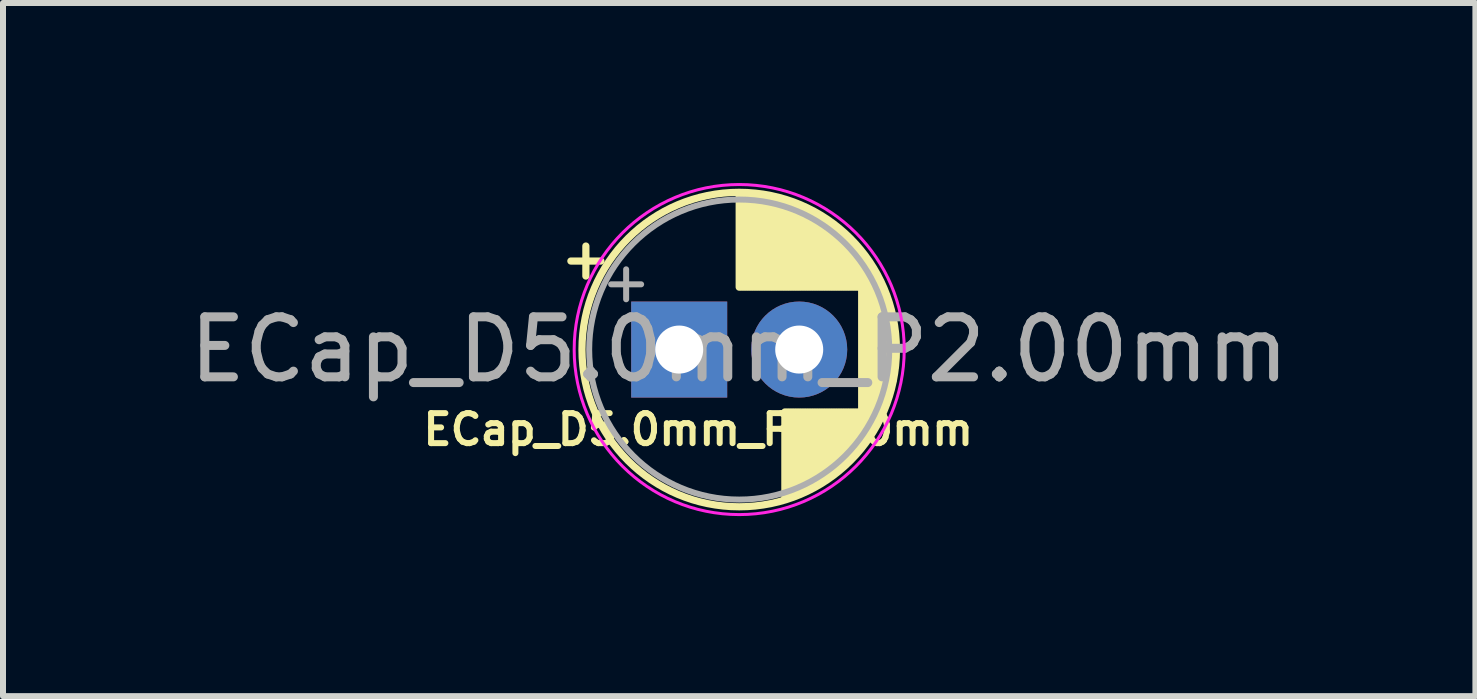
<source format=kicad_pcb>
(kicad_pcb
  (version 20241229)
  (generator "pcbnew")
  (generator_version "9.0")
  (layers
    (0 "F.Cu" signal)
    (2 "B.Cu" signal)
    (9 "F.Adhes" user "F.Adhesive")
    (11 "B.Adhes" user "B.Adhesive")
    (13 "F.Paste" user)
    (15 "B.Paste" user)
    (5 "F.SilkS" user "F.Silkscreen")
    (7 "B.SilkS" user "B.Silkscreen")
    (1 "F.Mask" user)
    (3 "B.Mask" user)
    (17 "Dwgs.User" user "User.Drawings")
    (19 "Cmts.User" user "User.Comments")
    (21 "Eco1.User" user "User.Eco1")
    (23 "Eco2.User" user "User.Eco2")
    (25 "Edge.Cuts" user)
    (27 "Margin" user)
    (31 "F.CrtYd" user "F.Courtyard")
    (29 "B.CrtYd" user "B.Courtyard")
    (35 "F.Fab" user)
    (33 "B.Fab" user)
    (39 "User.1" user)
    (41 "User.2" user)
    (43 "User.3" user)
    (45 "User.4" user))
  (footprint "ECap_D5.0mm_P2.00mm"
    (layer "F.Cu")
    (at 8.268 2.775)
    (property "Reference" "ECap_D5.0mm_P2.00mm" (at 0.318 1.333 0) (layer "F.SilkS") (effects (font (size 0.5 0.5) (thickness 0.1))))
    (attr through_hole)
    (fp_line (start -1.805 -1.475) (end -1.305 -1.475) (stroke (width 0.12) (type solid)) (layer "F.SilkS"))
    (fp_line (start -1.555 -1.725) (end -1.555 -1.225) (stroke (width 0.12) (type solid)) (layer "F.SilkS"))
    (fp_line (start 1 -2.58) (end 1 -1.04) (stroke (width 0.12) (type solid)) (layer "F.SilkS"))
    (fp_line (start 1.04 -2.58) (end 1.04 -1.04) (stroke (width 0.12) (type solid)) (layer "F.SilkS"))
    (fp_line (start 1.08 -2.579) (end 1.08 -1.04) (stroke (width 0.12) (type solid)) (layer "F.SilkS"))
    (fp_line (start 1.12 -2.578) (end 1.12 -1.04) (stroke (width 0.12) (type solid)) (layer "F.SilkS"))
    (fp_line (start 1.16 -2.576) (end 1.16 -1.04) (stroke (width 0.12) (type solid)) (layer "F.SilkS"))
    (fp_line (start 1.2 -2.573) (end 1.2 -1.04) (stroke (width 0.12) (type solid)) (layer "F.SilkS"))
    (fp_line (start 1.24 -2.569) (end 1.24 -1.04) (stroke (width 0.12) (type solid)) (layer "F.SilkS"))
    (fp_line (start 1.28 -2.565) (end 1.28 -1.04) (stroke (width 0.12) (type solid)) (layer "F.SilkS"))
    (fp_line (start 1.32 -2.561) (end 1.32 -1.04) (stroke (width 0.12) (type solid)) (layer "F.SilkS"))
    (fp_line (start 1.36 -2.556) (end 1.36 -1.04) (stroke (width 0.12) (type solid)) (layer "F.SilkS"))
    (fp_line (start 1.4 -2.55) (end 1.4 -1.04) (stroke (width 0.12) (type solid)) (layer "F.SilkS"))
    (fp_line (start 1.44 -2.543) (end 1.44 -1.04) (stroke (width 0.12) (type solid)) (layer "F.SilkS"))
    (fp_line (start 1.48 -2.536) (end 1.48 -1.04) (stroke (width 0.12) (type solid)) (layer "F.SilkS"))
    (fp_line (start 1.52 -2.528) (end 1.52 -1.04) (stroke (width 0.12) (type solid)) (layer "F.SilkS"))
    (fp_line (start 1.56 -2.52) (end 1.56 -1.04) (stroke (width 0.12) (type solid)) (layer "F.SilkS"))
    (fp_line (start 1.6 -2.511) (end 1.6 -1.04) (stroke (width 0.12) (type solid)) (layer "F.SilkS"))
    (fp_line (start 1.64 -2.501) (end 1.64 -1.04) (stroke (width 0.12) (type solid)) (layer "F.SilkS"))
    (fp_line (start 1.68 -2.491) (end 1.68 -1.04) (stroke (width 0.12) (type solid)) (layer "F.SilkS"))
    (fp_line (start 1.721 -2.48) (end 1.721 -1.04) (stroke (width 0.12) (type solid)) (layer "F.SilkS"))
    (fp_line (start 1.761 -2.468) (end 1.761 -1.04) (stroke (width 0.12) (type solid)) (layer "F.SilkS"))
    (fp_line (start 1.761 1.04) (end 1.761 2.468) (stroke (width 0.12) (type solid)) (layer "F.SilkS"))
    (fp_line (start 1.801 -2.455) (end 1.801 -1.04) (stroke (width 0.12) (type solid)) (layer "F.SilkS"))
    (fp_line (start 1.801 1.04) (end 1.801 2.455) (stroke (width 0.12) (type solid)) (layer "F.SilkS"))
    (fp_line (start 1.841 -2.442) (end 1.841 -1.04) (stroke (width 0.12) (type solid)) (layer "F.SilkS"))
    (fp_line (start 1.841 1.04) (end 1.841 2.442) (stroke (width 0.12) (type solid)) (layer "F.SilkS"))
    (fp_line (start 1.881 -2.428) (end 1.881 -1.04) (stroke (width 0.12) (type solid)) (layer "F.SilkS"))
    (fp_line (start 1.881 1.04) (end 1.881 2.428) (stroke (width 0.12) (type solid)) (layer "F.SilkS"))
    (fp_line (start 1.921 -2.414) (end 1.921 -1.04) (stroke (width 0.12) (type solid)) (layer "F.SilkS"))
    (fp_line (start 1.921 1.04) (end 1.921 2.414) (stroke (width 0.12) (type solid)) (layer "F.SilkS"))
    (fp_line (start 1.961 -2.398) (end 1.961 -1.04) (stroke (width 0.12) (type solid)) (layer "F.SilkS"))
    (fp_line (start 1.961 1.04) (end 1.961 2.398) (stroke (width 0.12) (type solid)) (layer "F.SilkS"))
    (fp_line (start 2.001 -2.382) (end 2.001 -1.04) (stroke (width 0.12) (type solid)) (layer "F.SilkS"))
    (fp_line (start 2.001 1.04) (end 2.001 2.382) (stroke (width 0.12) (type solid)) (layer "F.SilkS"))
    (fp_line (start 2.041 -2.365) (end 2.041 -1.04) (stroke (width 0.12) (type solid)) (layer "F.SilkS"))
    (fp_line (start 2.041 1.04) (end 2.041 2.365) (stroke (width 0.12) (type solid)) (layer "F.SilkS"))
    (fp_line (start 2.081 -2.348) (end 2.081 -1.04) (stroke (width 0.12) (type solid)) (layer "F.SilkS"))
    (fp_line (start 2.081 1.04) (end 2.081 2.348) (stroke (width 0.12) (type solid)) (layer "F.SilkS"))
    (fp_line (start 2.121 -2.329) (end 2.121 -1.04) (stroke (width 0.12) (type solid)) (layer "F.SilkS"))
    (fp_line (start 2.121 1.04) (end 2.121 2.329) (stroke (width 0.12) (type solid)) (layer "F.SilkS"))
    (fp_line (start 2.161 -2.31) (end 2.161 -1.04) (stroke (width 0.12) (type solid)) (layer "F.SilkS"))
    (fp_line (start 2.161 1.04) (end 2.161 2.31) (stroke (width 0.12) (type solid)) (layer "F.SilkS"))
    (fp_line (start 2.201 -2.29) (end 2.201 -1.04) (stroke (width 0.12) (type solid)) (layer "F.SilkS"))
    (fp_line (start 2.201 1.04) (end 2.201 2.29) (stroke (width 0.12) (type solid)) (layer "F.SilkS"))
    (fp_line (start 2.241 -2.268) (end 2.241 -1.04) (stroke (width 0.12) (type solid)) (layer "F.SilkS"))
    (fp_line (start 2.241 1.04) (end 2.241 2.268) (stroke (width 0.12) (type solid)) (layer "F.SilkS"))
    (fp_line (start 2.281 -2.247) (end 2.281 -1.04) (stroke (width 0.12) (type solid)) (layer "F.SilkS"))
    (fp_line (start 2.281 1.04) (end 2.281 2.247) (stroke (width 0.12) (type solid)) (layer "F.SilkS"))
    (fp_line (start 2.321 -2.224) (end 2.321 -1.04) (stroke (width 0.12) (type solid)) (layer "F.SilkS"))
    (fp_line (start 2.321 1.04) (end 2.321 2.224) (stroke (width 0.12) (type solid)) (layer "F.SilkS"))
    (fp_line (start 2.361 -2.2) (end 2.361 -1.04) (stroke (width 0.12) (type solid)) (layer "F.SilkS"))
    (fp_line (start 2.361 1.04) (end 2.361 2.2) (stroke (width 0.12) (type solid)) (layer "F.SilkS"))
    (fp_line (start 2.401 -2.175) (end 2.401 -1.04) (stroke (width 0.12) (type solid)) (layer "F.SilkS"))
    (fp_line (start 2.401 1.04) (end 2.401 2.175) (stroke (width 0.12) (type solid)) (layer "F.SilkS"))
    (fp_line (start 2.441 -2.149) (end 2.441 -1.04) (stroke (width 0.12) (type solid)) (layer "F.SilkS"))
    (fp_line (start 2.441 1.04) (end 2.441 2.149) (stroke (width 0.12) (type solid)) (layer "F.SilkS"))
    (fp_line (start 2.481 -2.122) (end 2.481 -1.04) (stroke (width 0.12) (type solid)) (layer "F.SilkS"))
    (fp_line (start 2.481 1.04) (end 2.481 2.122) (stroke (width 0.12) (type solid)) (layer "F.SilkS"))
    (fp_line (start 2.521 -2.095) (end 2.521 -1.04) (stroke (width 0.12) (type solid)) (layer "F.SilkS"))
    (fp_line (start 2.521 1.04) (end 2.521 2.095) (stroke (width 0.12) (type solid)) (layer "F.SilkS"))
    (fp_line (start 2.561 -2.065) (end 2.561 -1.04) (stroke (width 0.12) (type solid)) (layer "F.SilkS"))
    (fp_line (start 2.561 1.04) (end 2.561 2.065) (stroke (width 0.12) (type solid)) (layer "F.SilkS"))
    (fp_line (start 2.601 -2.035) (end 2.601 -1.04) (stroke (width 0.12) (type solid)) (layer "F.SilkS"))
    (fp_line (start 2.601 1.04) (end 2.601 2.035) (stroke (width 0.12) (type solid)) (layer "F.SilkS"))
    (fp_line (start 2.641 -2.004) (end 2.641 -1.04) (stroke (width 0.12) (type solid)) (layer "F.SilkS"))
    (fp_line (start 2.641 1.04) (end 2.641 2.004) (stroke (width 0.12) (type solid)) (layer "F.SilkS"))
    (fp_line (start 2.681 -1.971) (end 2.681 -1.04) (stroke (width 0.12) (type solid)) (layer "F.SilkS"))
    (fp_line (start 2.681 1.04) (end 2.681 1.971) (stroke (width 0.12) (type solid)) (layer "F.SilkS"))
    (fp_line (start 2.721 -1.937) (end 2.721 -1.04) (stroke (width 0.12) (type solid)) (layer "F.SilkS"))
    (fp_line (start 2.721 1.04) (end 2.721 1.937) (stroke (width 0.12) (type solid)) (layer "F.SilkS"))
    (fp_line (start 2.761 -1.901) (end 2.761 -1.04) (stroke (width 0.12) (type solid)) (layer "F.SilkS"))
    (fp_line (start 2.761 1.04) (end 2.761 1.901) (stroke (width 0.12) (type solid)) (layer "F.SilkS"))
    (fp_line (start 2.801 -1.864) (end 2.801 -1.04) (stroke (width 0.12) (type solid)) (layer "F.SilkS"))
    (fp_line (start 2.801 1.04) (end 2.801 1.864) (stroke (width 0.12) (type solid)) (layer "F.SilkS"))
    (fp_line (start 2.841 -1.826) (end 2.841 -1.04) (stroke (width 0.12) (type solid)) (layer "F.SilkS"))
    (fp_line (start 2.841 1.04) (end 2.841 1.826) (stroke (width 0.12) (type solid)) (layer "F.SilkS"))
    (fp_line (start 2.881 -1.785) (end 2.881 -1.04) (stroke (width 0.12) (type solid)) (layer "F.SilkS"))
    (fp_line (start 2.881 1.04) (end 2.881 1.785) (stroke (width 0.12) (type solid)) (layer "F.SilkS"))
    (fp_line (start 2.921 -1.743) (end 2.921 -1.04) (stroke (width 0.12) (type solid)) (layer "F.SilkS"))
    (fp_line (start 2.921 1.04) (end 2.921 1.743) (stroke (width 0.12) (type solid)) (layer "F.SilkS"))
    (fp_line (start 2.961 -1.699) (end 2.961 -1.04) (stroke (width 0.12) (type solid)) (layer "F.SilkS"))
    (fp_line (start 2.961 1.04) (end 2.961 1.699) (stroke (width 0.12) (type solid)) (layer "F.SilkS"))
    (fp_line (start 3.001 -1.653) (end 3.001 -1.04) (stroke (width 0.12) (type solid)) (layer "F.SilkS"))
    (fp_line (start 3.001 1.04) (end 3.001 1.653) (stroke (width 0.12) (type solid)) (layer "F.SilkS"))
    (fp_line (start 3.041 -1.605) (end 3.041 1.605) (stroke (width 0.12) (type solid)) (layer "F.SilkS"))
    (fp_line (start 3.081 -1.554) (end 3.081 1.554) (stroke (width 0.12) (type solid)) (layer "F.SilkS"))
    (fp_line (start 3.121 -1.5) (end 3.121 1.5) (stroke (width 0.12) (type solid)) (layer "F.SilkS"))
    (fp_line (start 3.161 -1.443) (end 3.161 1.443) (stroke (width 0.12) (type solid)) (layer "F.SilkS"))
    (fp_line (start 3.201 -1.383) (end 3.201 1.383) (stroke (width 0.12) (type solid)) (layer "F.SilkS"))
    (fp_line (start 3.241 -1.319) (end 3.241 1.319) (stroke (width 0.12) (type solid)) (layer "F.SilkS"))
    (fp_line (start 3.281 -1.251) (end 3.281 1.251) (stroke (width 0.12) (type solid)) (layer "F.SilkS"))
    (fp_line (start 3.321 -1.178) (end 3.321 1.178) (stroke (width 0.12) (type solid)) (layer "F.SilkS"))
    (fp_line (start 3.361 -1.098) (end 3.361 1.098) (stroke (width 0.12) (type solid)) (layer "F.SilkS"))
    (fp_line (start 3.401 -1.011) (end 3.401 1.011) (stroke (width 0.12) (type solid)) (layer "F.SilkS"))
    (fp_line (start 3.441 -0.915) (end 3.441 0.915) (stroke (width 0.12) (type solid)) (layer "F.SilkS"))
    (fp_line (start 3.481 -0.805) (end 3.481 0.805) (stroke (width 0.12) (type solid)) (layer "F.SilkS"))
    (fp_line (start 3.521 -0.677) (end 3.521 0.677) (stroke (width 0.12) (type solid)) (layer "F.SilkS"))
    (fp_line (start 3.561 -0.518) (end 3.561 0.518) (stroke (width 0.12) (type solid)) (layer "F.SilkS"))
    (fp_line (start 3.601 -0.284) (end 3.601 0.284) (stroke (width 0.12) (type solid)) (layer "F.SilkS"))
    (fp_circle (center 1 0) (end 3.62 0) (stroke (width 0.12) (type solid)) (fill no) (layer "F.SilkS"))
    (fp_circle (center 1 0) (end 3.75 0) (stroke (width 0.05) (type solid)) (fill no) (layer "F.CrtYd"))
    (fp_line (start -1.134 -1.087) (end -0.634 -1.087) (stroke (width 0.1) (type solid)) (layer "F.Fab"))
    (fp_line (start -0.884 -1.337) (end -0.884 -0.838) (stroke (width 0.1) (type solid)) (layer "F.Fab"))
    (fp_circle (center 1 0) (end 3.5 0) (stroke (width 0.1) (type solid)) (fill no) (layer "F.Fab"))
    (fp_text user "${REFERENCE}" (at 1 0 0) (layer "F.Fab") (effects (font (size 1 1) (thickness 0.15))))
    (pad "1" thru_hole rect (at 0 0) (size 1.6 1.6) (drill 0.8) (layers "*.Cu" "*.Mask"))
    (pad "2" thru_hole circle (at 2 0) (size 1.6 1.6) (drill 0.8) (layers "*.Cu" "*.Mask")))
  (gr_rect
    (start -3 -3)
    (end 21.536 8.55)
    (stroke (width 0.1) (type default))
    (fill no)
    (layer "Edge.Cuts")))
</source>
